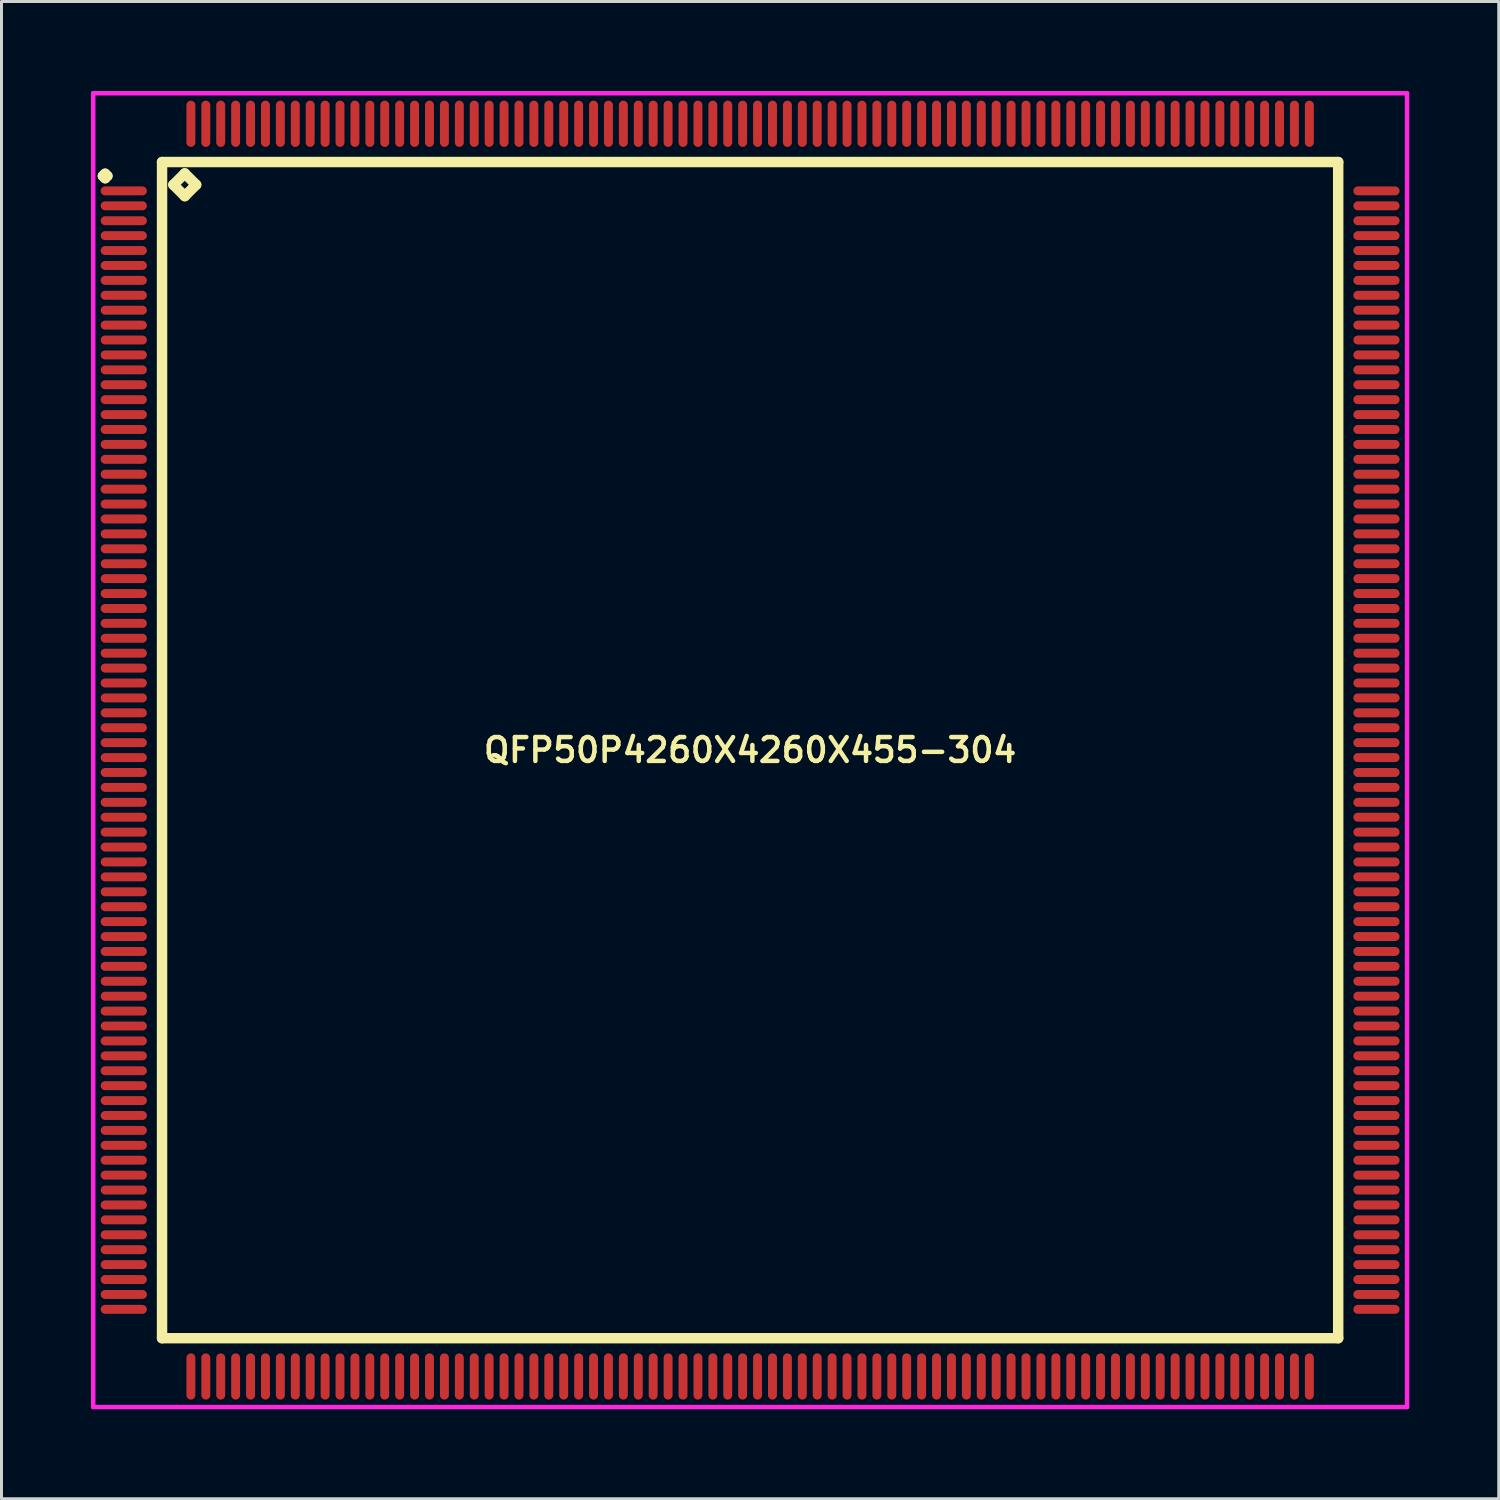
<source format=kicad_pcb>
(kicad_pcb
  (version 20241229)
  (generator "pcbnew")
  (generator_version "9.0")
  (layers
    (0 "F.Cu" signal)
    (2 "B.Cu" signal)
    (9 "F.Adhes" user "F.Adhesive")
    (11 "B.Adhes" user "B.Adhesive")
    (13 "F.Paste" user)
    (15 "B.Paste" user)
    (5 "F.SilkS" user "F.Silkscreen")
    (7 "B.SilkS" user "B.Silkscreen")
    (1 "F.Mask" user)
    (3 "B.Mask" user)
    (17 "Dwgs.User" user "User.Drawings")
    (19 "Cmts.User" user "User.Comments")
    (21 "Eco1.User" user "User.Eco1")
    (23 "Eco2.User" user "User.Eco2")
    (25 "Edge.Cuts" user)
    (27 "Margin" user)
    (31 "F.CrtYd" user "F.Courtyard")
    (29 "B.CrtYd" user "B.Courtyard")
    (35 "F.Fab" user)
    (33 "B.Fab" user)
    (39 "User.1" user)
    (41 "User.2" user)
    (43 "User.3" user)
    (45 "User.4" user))
  (footprint "QFP50P4260X4260X455-304"
    (layer "F.Cu")
    (at 22.1 22.1)
    (property "Reference" "QFP50P4260X4260X455-304" (at 0 0 0) (layer "F.SilkS") (effects (font (size 0.8 0.8) (thickness 0.15))))
    (attr smd)
    (fp_line (start -21.7 -19.25) (end -21.625 -19.325) (stroke (width 0.35) (type solid)) (layer "F.SilkS"))
    (fp_line (start -21.625 -19.325) (end -21.55 -19.25) (stroke (width 0.35) (type solid)) (layer "F.SilkS"))
    (fp_line (start -21.625 -19.175) (end -21.7 -19.25) (stroke (width 0.35) (type solid)) (layer "F.SilkS"))
    (fp_line (start -21.55 -19.25) (end -21.625 -19.175) (stroke (width 0.35) (type solid)) (layer "F.SilkS"))
    (fp_line (start -19.717 -19.717) (end -19.717 19.717) (stroke (width 0.35) (type solid)) (layer "F.SilkS"))
    (fp_line (start -19.717 19.717) (end 19.717 19.717) (stroke (width 0.35) (type solid)) (layer "F.SilkS"))
    (fp_line (start -19.336 -18.955) (end -18.955 -19.336) (stroke (width 0.35) (type solid)) (layer "F.SilkS"))
    (fp_line (start -18.955 -19.336) (end -18.574 -18.955) (stroke (width 0.35) (type solid)) (layer "F.SilkS"))
    (fp_line (start -18.955 -18.574) (end -19.336 -18.955) (stroke (width 0.35) (type solid)) (layer "F.SilkS"))
    (fp_line (start -18.574 -18.955) (end -18.955 -18.574) (stroke (width 0.35) (type solid)) (layer "F.SilkS"))
    (fp_line (start 19.717 -19.717) (end -19.717 -19.717) (stroke (width 0.35) (type solid)) (layer "F.SilkS"))
    (fp_line (start 19.717 19.717) (end 19.717 -19.717) (stroke (width 0.35) (type solid)) (layer "F.SilkS"))
    (fp_line (start -22.025 -22.025) (end 22.025 -22.025) (stroke (width 0.15) (type solid)) (layer "F.CrtYd"))
    (fp_line (start -22.025 22.025) (end -22.025 -22.025) (stroke (width 0.15) (type solid)) (layer "F.CrtYd"))
    (fp_line (start 22.025 -22.025) (end 22.025 22.025) (stroke (width 0.15) (type solid)) (layer "F.CrtYd"))
    (fp_line (start 22.025 22.025) (end -22.025 22.025) (stroke (width 0.15) (type solid)) (layer "F.CrtYd"))
    (pad "1" smd oval (at -21 -18.75) (size 1.55 0.3) (layers "F.Cu" "F.Mask" "F.Paste"))
    (pad "2" smd oval (at -21 -18.25) (size 1.55 0.3) (layers "F.Cu" "F.Mask" "F.Paste"))
    (pad "3" smd oval (at -21 -17.75) (size 1.55 0.3) (layers "F.Cu" "F.Mask" "F.Paste"))
    (pad "4" smd oval (at -21 -17.25) (size 1.55 0.3) (layers "F.Cu" "F.Mask" "F.Paste"))
    (pad "5" smd oval (at -21 -16.75) (size 1.55 0.3) (layers "F.Cu" "F.Mask" "F.Paste"))
    (pad "6" smd oval (at -21 -16.25) (size 1.55 0.3) (layers "F.Cu" "F.Mask" "F.Paste"))
    (pad "7" smd oval (at -21 -15.75) (size 1.55 0.3) (layers "F.Cu" "F.Mask" "F.Paste"))
    (pad "8" smd oval (at -21 -15.25) (size 1.55 0.3) (layers "F.Cu" "F.Mask" "F.Paste"))
    (pad "9" smd oval (at -21 -14.75) (size 1.55 0.3) (layers "F.Cu" "F.Mask" "F.Paste"))
    (pad "10" smd oval (at -21 -14.25) (size 1.55 0.3) (layers "F.Cu" "F.Mask" "F.Paste"))
    (pad "11" smd oval (at -21 -13.75) (size 1.55 0.3) (layers "F.Cu" "F.Mask" "F.Paste"))
    (pad "12" smd oval (at -21 -13.25) (size 1.55 0.3) (layers "F.Cu" "F.Mask" "F.Paste"))
    (pad "13" smd oval (at -21 -12.75) (size 1.55 0.3) (layers "F.Cu" "F.Mask" "F.Paste"))
    (pad "14" smd oval (at -21 -12.25) (size 1.55 0.3) (layers "F.Cu" "F.Mask" "F.Paste"))
    (pad "15" smd oval (at -21 -11.75) (size 1.55 0.3) (layers "F.Cu" "F.Mask" "F.Paste"))
    (pad "16" smd oval (at -21 -11.25) (size 1.55 0.3) (layers "F.Cu" "F.Mask" "F.Paste"))
    (pad "17" smd oval (at -21 -10.75) (size 1.55 0.3) (layers "F.Cu" "F.Mask" "F.Paste"))
    (pad "18" smd oval (at -21 -10.25) (size 1.55 0.3) (layers "F.Cu" "F.Mask" "F.Paste"))
    (pad "19" smd oval (at -21 -9.75) (size 1.55 0.3) (layers "F.Cu" "F.Mask" "F.Paste"))
    (pad "20" smd oval (at -21 -9.25) (size 1.55 0.3) (layers "F.Cu" "F.Mask" "F.Paste"))
    (pad "21" smd oval (at -21 -8.75) (size 1.55 0.3) (layers "F.Cu" "F.Mask" "F.Paste"))
    (pad "22" smd oval (at -21 -8.25) (size 1.55 0.3) (layers "F.Cu" "F.Mask" "F.Paste"))
    (pad "23" smd oval (at -21 -7.75) (size 1.55 0.3) (layers "F.Cu" "F.Mask" "F.Paste"))
    (pad "24" smd oval (at -21 -7.25) (size 1.55 0.3) (layers "F.Cu" "F.Mask" "F.Paste"))
    (pad "25" smd oval (at -21 -6.75) (size 1.55 0.3) (layers "F.Cu" "F.Mask" "F.Paste"))
    (pad "26" smd oval (at -21 -6.25) (size 1.55 0.3) (layers "F.Cu" "F.Mask" "F.Paste"))
    (pad "27" smd oval (at -21 -5.75) (size 1.55 0.3) (layers "F.Cu" "F.Mask" "F.Paste"))
    (pad "28" smd oval (at -21 -5.25) (size 1.55 0.3) (layers "F.Cu" "F.Mask" "F.Paste"))
    (pad "29" smd oval (at -21 -4.75) (size 1.55 0.3) (layers "F.Cu" "F.Mask" "F.Paste"))
    (pad "30" smd oval (at -21 -4.25) (size 1.55 0.3) (layers "F.Cu" "F.Mask" "F.Paste"))
    (pad "31" smd oval (at -21 -3.75) (size 1.55 0.3) (layers "F.Cu" "F.Mask" "F.Paste"))
    (pad "32" smd oval (at -21 -3.25) (size 1.55 0.3) (layers "F.Cu" "F.Mask" "F.Paste"))
    (pad "33" smd oval (at -21 -2.75) (size 1.55 0.3) (layers "F.Cu" "F.Mask" "F.Paste"))
    (pad "34" smd oval (at -21 -2.25) (size 1.55 0.3) (layers "F.Cu" "F.Mask" "F.Paste"))
    (pad "35" smd oval (at -21 -1.75) (size 1.55 0.3) (layers "F.Cu" "F.Mask" "F.Paste"))
    (pad "36" smd oval (at -21 -1.25) (size 1.55 0.3) (layers "F.Cu" "F.Mask" "F.Paste"))
    (pad "37" smd oval (at -21 -0.75) (size 1.55 0.3) (layers "F.Cu" "F.Mask" "F.Paste"))
    (pad "38" smd oval (at -21 -0.25) (size 1.55 0.3) (layers "F.Cu" "F.Mask" "F.Paste"))
    (pad "39" smd oval (at -21 0.25) (size 1.55 0.3) (layers "F.Cu" "F.Mask" "F.Paste"))
    (pad "40" smd oval (at -21 0.75) (size 1.55 0.3) (layers "F.Cu" "F.Mask" "F.Paste"))
    (pad "41" smd oval (at -21 1.25) (size 1.55 0.3) (layers "F.Cu" "F.Mask" "F.Paste"))
    (pad "42" smd oval (at -21 1.75) (size 1.55 0.3) (layers "F.Cu" "F.Mask" "F.Paste"))
    (pad "43" smd oval (at -21 2.25) (size 1.55 0.3) (layers "F.Cu" "F.Mask" "F.Paste"))
    (pad "44" smd oval (at -21 2.75) (size 1.55 0.3) (layers "F.Cu" "F.Mask" "F.Paste"))
    (pad "45" smd oval (at -21 3.25) (size 1.55 0.3) (layers "F.Cu" "F.Mask" "F.Paste"))
    (pad "46" smd oval (at -21 3.75) (size 1.55 0.3) (layers "F.Cu" "F.Mask" "F.Paste"))
    (pad "47" smd oval (at -21 4.25) (size 1.55 0.3) (layers "F.Cu" "F.Mask" "F.Paste"))
    (pad "48" smd oval (at -21 4.75) (size 1.55 0.3) (layers "F.Cu" "F.Mask" "F.Paste"))
    (pad "49" smd oval (at -21 5.25) (size 1.55 0.3) (layers "F.Cu" "F.Mask" "F.Paste"))
    (pad "50" smd oval (at -21 5.75) (size 1.55 0.3) (layers "F.Cu" "F.Mask" "F.Paste"))
    (pad "51" smd oval (at -21 6.25) (size 1.55 0.3) (layers "F.Cu" "F.Mask" "F.Paste"))
    (pad "52" smd oval (at -21 6.75) (size 1.55 0.3) (layers "F.Cu" "F.Mask" "F.Paste"))
    (pad "53" smd oval (at -21 7.25) (size 1.55 0.3) (layers "F.Cu" "F.Mask" "F.Paste"))
    (pad "54" smd oval (at -21 7.75) (size 1.55 0.3) (layers "F.Cu" "F.Mask" "F.Paste"))
    (pad "55" smd oval (at -21 8.25) (size 1.55 0.3) (layers "F.Cu" "F.Mask" "F.Paste"))
    (pad "56" smd oval (at -21 8.75) (size 1.55 0.3) (layers "F.Cu" "F.Mask" "F.Paste"))
    (pad "57" smd oval (at -21 9.25) (size 1.55 0.3) (layers "F.Cu" "F.Mask" "F.Paste"))
    (pad "58" smd oval (at -21 9.75) (size 1.55 0.3) (layers "F.Cu" "F.Mask" "F.Paste"))
    (pad "59" smd oval (at -21 10.25) (size 1.55 0.3) (layers "F.Cu" "F.Mask" "F.Paste"))
    (pad "60" smd oval (at -21 10.75) (size 1.55 0.3) (layers "F.Cu" "F.Mask" "F.Paste"))
    (pad "61" smd oval (at -21 11.25) (size 1.55 0.3) (layers "F.Cu" "F.Mask" "F.Paste"))
    (pad "62" smd oval (at -21 11.75) (size 1.55 0.3) (layers "F.Cu" "F.Mask" "F.Paste"))
    (pad "63" smd oval (at -21 12.25) (size 1.55 0.3) (layers "F.Cu" "F.Mask" "F.Paste"))
    (pad "64" smd oval (at -21 12.75) (size 1.55 0.3) (layers "F.Cu" "F.Mask" "F.Paste"))
    (pad "65" smd oval (at -21 13.25) (size 1.55 0.3) (layers "F.Cu" "F.Mask" "F.Paste"))
    (pad "66" smd oval (at -21 13.75) (size 1.55 0.3) (layers "F.Cu" "F.Mask" "F.Paste"))
    (pad "67" smd oval (at -21 14.25) (size 1.55 0.3) (layers "F.Cu" "F.Mask" "F.Paste"))
    (pad "68" smd oval (at -21 14.75) (size 1.55 0.3) (layers "F.Cu" "F.Mask" "F.Paste"))
    (pad "69" smd oval (at -21 15.25) (size 1.55 0.3) (layers "F.Cu" "F.Mask" "F.Paste"))
    (pad "70" smd oval (at -21 15.75) (size 1.55 0.3) (layers "F.Cu" "F.Mask" "F.Paste"))
    (pad "71" smd oval (at -21 16.25) (size 1.55 0.3) (layers "F.Cu" "F.Mask" "F.Paste"))
    (pad "72" smd oval (at -21 16.75) (size 1.55 0.3) (layers "F.Cu" "F.Mask" "F.Paste"))
    (pad "73" smd oval (at -21 17.25) (size 1.55 0.3) (layers "F.Cu" "F.Mask" "F.Paste"))
    (pad "74" smd oval (at -21 17.75) (size 1.55 0.3) (layers "F.Cu" "F.Mask" "F.Paste"))
    (pad "75" smd oval (at -21 18.25) (size 1.55 0.3) (layers "F.Cu" "F.Mask" "F.Paste"))
    (pad "76" smd oval (at -21 18.75) (size 1.55 0.3) (layers "F.Cu" "F.Mask" "F.Paste"))
    (pad "77" smd oval (at -18.75 21) (size 0.3 1.55) (layers "F.Cu" "F.Mask" "F.Paste"))
    (pad "78" smd oval (at -18.25 21) (size 0.3 1.55) (layers "F.Cu" "F.Mask" "F.Paste"))
    (pad "79" smd oval (at -17.75 21) (size 0.3 1.55) (layers "F.Cu" "F.Mask" "F.Paste"))
    (pad "80" smd oval (at -17.25 21) (size 0.3 1.55) (layers "F.Cu" "F.Mask" "F.Paste"))
    (pad "81" smd oval (at -16.75 21) (size 0.3 1.55) (layers "F.Cu" "F.Mask" "F.Paste"))
    (pad "82" smd oval (at -16.25 21) (size 0.3 1.55) (layers "F.Cu" "F.Mask" "F.Paste"))
    (pad "83" smd oval (at -15.75 21) (size 0.3 1.55) (layers "F.Cu" "F.Mask" "F.Paste"))
    (pad "84" smd oval (at -15.25 21) (size 0.3 1.55) (layers "F.Cu" "F.Mask" "F.Paste"))
    (pad "85" smd oval (at -14.75 21) (size 0.3 1.55) (layers "F.Cu" "F.Mask" "F.Paste"))
    (pad "86" smd oval (at -14.25 21) (size 0.3 1.55) (layers "F.Cu" "F.Mask" "F.Paste"))
    (pad "87" smd oval (at -13.75 21) (size 0.3 1.55) (layers "F.Cu" "F.Mask" "F.Paste"))
    (pad "88" smd oval (at -13.25 21) (size 0.3 1.55) (layers "F.Cu" "F.Mask" "F.Paste"))
    (pad "89" smd oval (at -12.75 21) (size 0.3 1.55) (layers "F.Cu" "F.Mask" "F.Paste"))
    (pad "90" smd oval (at -12.25 21) (size 0.3 1.55) (layers "F.Cu" "F.Mask" "F.Paste"))
    (pad "91" smd oval (at -11.75 21) (size 0.3 1.55) (layers "F.Cu" "F.Mask" "F.Paste"))
    (pad "92" smd oval (at -11.25 21) (size 0.3 1.55) (layers "F.Cu" "F.Mask" "F.Paste"))
    (pad "93" smd oval (at -10.75 21) (size 0.3 1.55) (layers "F.Cu" "F.Mask" "F.Paste"))
    (pad "94" smd oval (at -10.25 21) (size 0.3 1.55) (layers "F.Cu" "F.Mask" "F.Paste"))
    (pad "95" smd oval (at -9.75 21) (size 0.3 1.55) (layers "F.Cu" "F.Mask" "F.Paste"))
    (pad "96" smd oval (at -9.25 21) (size 0.3 1.55) (layers "F.Cu" "F.Mask" "F.Paste"))
    (pad "97" smd oval (at -8.75 21) (size 0.3 1.55) (layers "F.Cu" "F.Mask" "F.Paste"))
    (pad "98" smd oval (at -8.25 21) (size 0.3 1.55) (layers "F.Cu" "F.Mask" "F.Paste"))
    (pad "99" smd oval (at -7.75 21) (size 0.3 1.55) (layers "F.Cu" "F.Mask" "F.Paste"))
    (pad "100" smd oval (at -7.25 21) (size 0.3 1.55) (layers "F.Cu" "F.Mask" "F.Paste"))
    (pad "101" smd oval (at -6.75 21) (size 0.3 1.55) (layers "F.Cu" "F.Mask" "F.Paste"))
    (pad "102" smd oval (at -6.25 21) (size 0.3 1.55) (layers "F.Cu" "F.Mask" "F.Paste"))
    (pad "103" smd oval (at -5.75 21) (size 0.3 1.55) (layers "F.Cu" "F.Mask" "F.Paste"))
    (pad "104" smd oval (at -5.25 21) (size 0.3 1.55) (layers "F.Cu" "F.Mask" "F.Paste"))
    (pad "105" smd oval (at -4.75 21) (size 0.3 1.55) (layers "F.Cu" "F.Mask" "F.Paste"))
    (pad "106" smd oval (at -4.25 21) (size 0.3 1.55) (layers "F.Cu" "F.Mask" "F.Paste"))
    (pad "107" smd oval (at -3.75 21) (size 0.3 1.55) (layers "F.Cu" "F.Mask" "F.Paste"))
    (pad "108" smd oval (at -3.25 21) (size 0.3 1.55) (layers "F.Cu" "F.Mask" "F.Paste"))
    (pad "109" smd oval (at -2.75 21) (size 0.3 1.55) (layers "F.Cu" "F.Mask" "F.Paste"))
    (pad "110" smd oval (at -2.25 21) (size 0.3 1.55) (layers "F.Cu" "F.Mask" "F.Paste"))
    (pad "111" smd oval (at -1.75 21) (size 0.3 1.55) (layers "F.Cu" "F.Mask" "F.Paste"))
    (pad "112" smd oval (at -1.25 21) (size 0.3 1.55) (layers "F.Cu" "F.Mask" "F.Paste"))
    (pad "113" smd oval (at -0.75 21) (size 0.3 1.55) (layers "F.Cu" "F.Mask" "F.Paste"))
    (pad "114" smd oval (at -0.25 21) (size 0.3 1.55) (layers "F.Cu" "F.Mask" "F.Paste"))
    (pad "115" smd oval (at 0.25 21) (size 0.3 1.55) (layers "F.Cu" "F.Mask" "F.Paste"))
    (pad "116" smd oval (at 0.75 21) (size 0.3 1.55) (layers "F.Cu" "F.Mask" "F.Paste"))
    (pad "117" smd oval (at 1.25 21) (size 0.3 1.55) (layers "F.Cu" "F.Mask" "F.Paste"))
    (pad "118" smd oval (at 1.75 21) (size 0.3 1.55) (layers "F.Cu" "F.Mask" "F.Paste"))
    (pad "119" smd oval (at 2.25 21) (size 0.3 1.55) (layers "F.Cu" "F.Mask" "F.Paste"))
    (pad "120" smd oval (at 2.75 21) (size 0.3 1.55) (layers "F.Cu" "F.Mask" "F.Paste"))
    (pad "121" smd oval (at 3.25 21) (size 0.3 1.55) (layers "F.Cu" "F.Mask" "F.Paste"))
    (pad "122" smd oval (at 3.75 21) (size 0.3 1.55) (layers "F.Cu" "F.Mask" "F.Paste"))
    (pad "123" smd oval (at 4.25 21) (size 0.3 1.55) (layers "F.Cu" "F.Mask" "F.Paste"))
    (pad "124" smd oval (at 4.75 21) (size 0.3 1.55) (layers "F.Cu" "F.Mask" "F.Paste"))
    (pad "125" smd oval (at 5.25 21) (size 0.3 1.55) (layers "F.Cu" "F.Mask" "F.Paste"))
    (pad "126" smd oval (at 5.75 21) (size 0.3 1.55) (layers "F.Cu" "F.Mask" "F.Paste"))
    (pad "127" smd oval (at 6.25 21) (size 0.3 1.55) (layers "F.Cu" "F.Mask" "F.Paste"))
    (pad "128" smd oval (at 6.75 21) (size 0.3 1.55) (layers "F.Cu" "F.Mask" "F.Paste"))
    (pad "129" smd oval (at 7.25 21) (size 0.3 1.55) (layers "F.Cu" "F.Mask" "F.Paste"))
    (pad "130" smd oval (at 7.75 21) (size 0.3 1.55) (layers "F.Cu" "F.Mask" "F.Paste"))
    (pad "131" smd oval (at 8.25 21) (size 0.3 1.55) (layers "F.Cu" "F.Mask" "F.Paste"))
    (pad "132" smd oval (at 8.75 21) (size 0.3 1.55) (layers "F.Cu" "F.Mask" "F.Paste"))
    (pad "133" smd oval (at 9.25 21) (size 0.3 1.55) (layers "F.Cu" "F.Mask" "F.Paste"))
    (pad "134" smd oval (at 9.75 21) (size 0.3 1.55) (layers "F.Cu" "F.Mask" "F.Paste"))
    (pad "135" smd oval (at 10.25 21) (size 0.3 1.55) (layers "F.Cu" "F.Mask" "F.Paste"))
    (pad "136" smd oval (at 10.75 21) (size 0.3 1.55) (layers "F.Cu" "F.Mask" "F.Paste"))
    (pad "137" smd oval (at 11.25 21) (size 0.3 1.55) (layers "F.Cu" "F.Mask" "F.Paste"))
    (pad "138" smd oval (at 11.75 21) (size 0.3 1.55) (layers "F.Cu" "F.Mask" "F.Paste"))
    (pad "139" smd oval (at 12.25 21) (size 0.3 1.55) (layers "F.Cu" "F.Mask" "F.Paste"))
    (pad "140" smd oval (at 12.75 21) (size 0.3 1.55) (layers "F.Cu" "F.Mask" "F.Paste"))
    (pad "141" smd oval (at 13.25 21) (size 0.3 1.55) (layers "F.Cu" "F.Mask" "F.Paste"))
    (pad "142" smd oval (at 13.75 21) (size 0.3 1.55) (layers "F.Cu" "F.Mask" "F.Paste"))
    (pad "143" smd oval (at 14.25 21) (size 0.3 1.55) (layers "F.Cu" "F.Mask" "F.Paste"))
    (pad "144" smd oval (at 14.75 21) (size 0.3 1.55) (layers "F.Cu" "F.Mask" "F.Paste"))
    (pad "145" smd oval (at 15.25 21) (size 0.3 1.55) (layers "F.Cu" "F.Mask" "F.Paste"))
    (pad "146" smd oval (at 15.75 21) (size 0.3 1.55) (layers "F.Cu" "F.Mask" "F.Paste"))
    (pad "147" smd oval (at 16.25 21) (size 0.3 1.55) (layers "F.Cu" "F.Mask" "F.Paste"))
    (pad "148" smd oval (at 16.75 21) (size 0.3 1.55) (layers "F.Cu" "F.Mask" "F.Paste"))
    (pad "149" smd oval (at 17.25 21) (size 0.3 1.55) (layers "F.Cu" "F.Mask" "F.Paste"))
    (pad "150" smd oval (at 17.75 21) (size 0.3 1.55) (layers "F.Cu" "F.Mask" "F.Paste"))
    (pad "151" smd oval (at 18.25 21) (size 0.3 1.55) (layers "F.Cu" "F.Mask" "F.Paste"))
    (pad "152" smd oval (at 18.75 21) (size 0.3 1.55) (layers "F.Cu" "F.Mask" "F.Paste"))
    (pad "153" smd oval (at 21 18.75) (size 1.55 0.3) (layers "F.Cu" "F.Mask" "F.Paste"))
    (pad "154" smd oval (at 21 18.25) (size 1.55 0.3) (layers "F.Cu" "F.Mask" "F.Paste"))
    (pad "155" smd oval (at 21 17.75) (size 1.55 0.3) (layers "F.Cu" "F.Mask" "F.Paste"))
    (pad "156" smd oval (at 21 17.25) (size 1.55 0.3) (layers "F.Cu" "F.Mask" "F.Paste"))
    (pad "157" smd oval (at 21 16.75) (size 1.55 0.3) (layers "F.Cu" "F.Mask" "F.Paste"))
    (pad "158" smd oval (at 21 16.25) (size 1.55 0.3) (layers "F.Cu" "F.Mask" "F.Paste"))
    (pad "159" smd oval (at 21 15.75) (size 1.55 0.3) (layers "F.Cu" "F.Mask" "F.Paste"))
    (pad "160" smd oval (at 21 15.25) (size 1.55 0.3) (layers "F.Cu" "F.Mask" "F.Paste"))
    (pad "161" smd oval (at 21 14.75) (size 1.55 0.3) (layers "F.Cu" "F.Mask" "F.Paste"))
    (pad "162" smd oval (at 21 14.25) (size 1.55 0.3) (layers "F.Cu" "F.Mask" "F.Paste"))
    (pad "163" smd oval (at 21 13.75) (size 1.55 0.3) (layers "F.Cu" "F.Mask" "F.Paste"))
    (pad "164" smd oval (at 21 13.25) (size 1.55 0.3) (layers "F.Cu" "F.Mask" "F.Paste"))
    (pad "165" smd oval (at 21 12.75) (size 1.55 0.3) (layers "F.Cu" "F.Mask" "F.Paste"))
    (pad "166" smd oval (at 21 12.25) (size 1.55 0.3) (layers "F.Cu" "F.Mask" "F.Paste"))
    (pad "167" smd oval (at 21 11.75) (size 1.55 0.3) (layers "F.Cu" "F.Mask" "F.Paste"))
    (pad "168" smd oval (at 21 11.25) (size 1.55 0.3) (layers "F.Cu" "F.Mask" "F.Paste"))
    (pad "169" smd oval (at 21 10.75) (size 1.55 0.3) (layers "F.Cu" "F.Mask" "F.Paste"))
    (pad "170" smd oval (at 21 10.25) (size 1.55 0.3) (layers "F.Cu" "F.Mask" "F.Paste"))
    (pad "171" smd oval (at 21 9.75) (size 1.55 0.3) (layers "F.Cu" "F.Mask" "F.Paste"))
    (pad "172" smd oval (at 21 9.25) (size 1.55 0.3) (layers "F.Cu" "F.Mask" "F.Paste"))
    (pad "173" smd oval (at 21 8.75) (size 1.55 0.3) (layers "F.Cu" "F.Mask" "F.Paste"))
    (pad "174" smd oval (at 21 8.25) (size 1.55 0.3) (layers "F.Cu" "F.Mask" "F.Paste"))
    (pad "175" smd oval (at 21 7.75) (size 1.55 0.3) (layers "F.Cu" "F.Mask" "F.Paste"))
    (pad "176" smd oval (at 21 7.25) (size 1.55 0.3) (layers "F.Cu" "F.Mask" "F.Paste"))
    (pad "177" smd oval (at 21 6.75) (size 1.55 0.3) (layers "F.Cu" "F.Mask" "F.Paste"))
    (pad "178" smd oval (at 21 6.25) (size 1.55 0.3) (layers "F.Cu" "F.Mask" "F.Paste"))
    (pad "179" smd oval (at 21 5.75) (size 1.55 0.3) (layers "F.Cu" "F.Mask" "F.Paste"))
    (pad "180" smd oval (at 21 5.25) (size 1.55 0.3) (layers "F.Cu" "F.Mask" "F.Paste"))
    (pad "181" smd oval (at 21 4.75) (size 1.55 0.3) (layers "F.Cu" "F.Mask" "F.Paste"))
    (pad "182" smd oval (at 21 4.25) (size 1.55 0.3) (layers "F.Cu" "F.Mask" "F.Paste"))
    (pad "183" smd oval (at 21 3.75) (size 1.55 0.3) (layers "F.Cu" "F.Mask" "F.Paste"))
    (pad "184" smd oval (at 21 3.25) (size 1.55 0.3) (layers "F.Cu" "F.Mask" "F.Paste"))
    (pad "185" smd oval (at 21 2.75) (size 1.55 0.3) (layers "F.Cu" "F.Mask" "F.Paste"))
    (pad "186" smd oval (at 21 2.25) (size 1.55 0.3) (layers "F.Cu" "F.Mask" "F.Paste"))
    (pad "187" smd oval (at 21 1.75) (size 1.55 0.3) (layers "F.Cu" "F.Mask" "F.Paste"))
    (pad "188" smd oval (at 21 1.25) (size 1.55 0.3) (layers "F.Cu" "F.Mask" "F.Paste"))
    (pad "189" smd oval (at 21 0.75) (size 1.55 0.3) (layers "F.Cu" "F.Mask" "F.Paste"))
    (pad "190" smd oval (at 21 0.25) (size 1.55 0.3) (layers "F.Cu" "F.Mask" "F.Paste"))
    (pad "191" smd oval (at 21 -0.25) (size 1.55 0.3) (layers "F.Cu" "F.Mask" "F.Paste"))
    (pad "192" smd oval (at 21 -0.75) (size 1.55 0.3) (layers "F.Cu" "F.Mask" "F.Paste"))
    (pad "193" smd oval (at 21 -1.25) (size 1.55 0.3) (layers "F.Cu" "F.Mask" "F.Paste"))
    (pad "194" smd oval (at 21 -1.75) (size 1.55 0.3) (layers "F.Cu" "F.Mask" "F.Paste"))
    (pad "195" smd oval (at 21 -2.25) (size 1.55 0.3) (layers "F.Cu" "F.Mask" "F.Paste"))
    (pad "196" smd oval (at 21 -2.75) (size 1.55 0.3) (layers "F.Cu" "F.Mask" "F.Paste"))
    (pad "197" smd oval (at 21 -3.25) (size 1.55 0.3) (layers "F.Cu" "F.Mask" "F.Paste"))
    (pad "198" smd oval (at 21 -3.75) (size 1.55 0.3) (layers "F.Cu" "F.Mask" "F.Paste"))
    (pad "199" smd oval (at 21 -4.25) (size 1.55 0.3) (layers "F.Cu" "F.Mask" "F.Paste"))
    (pad "200" smd oval (at 21 -4.75) (size 1.55 0.3) (layers "F.Cu" "F.Mask" "F.Paste"))
    (pad "201" smd oval (at 21 -5.25) (size 1.55 0.3) (layers "F.Cu" "F.Mask" "F.Paste"))
    (pad "202" smd oval (at 21 -5.75) (size 1.55 0.3) (layers "F.Cu" "F.Mask" "F.Paste"))
    (pad "203" smd oval (at 21 -6.25) (size 1.55 0.3) (layers "F.Cu" "F.Mask" "F.Paste"))
    (pad "204" smd oval (at 21 -6.75) (size 1.55 0.3) (layers "F.Cu" "F.Mask" "F.Paste"))
    (pad "205" smd oval (at 21 -7.25) (size 1.55 0.3) (layers "F.Cu" "F.Mask" "F.Paste"))
    (pad "206" smd oval (at 21 -7.75) (size 1.55 0.3) (layers "F.Cu" "F.Mask" "F.Paste"))
    (pad "207" smd oval (at 21 -8.25) (size 1.55 0.3) (layers "F.Cu" "F.Mask" "F.Paste"))
    (pad "208" smd oval (at 21 -8.75) (size 1.55 0.3) (layers "F.Cu" "F.Mask" "F.Paste"))
    (pad "209" smd oval (at 21 -9.25) (size 1.55 0.3) (layers "F.Cu" "F.Mask" "F.Paste"))
    (pad "210" smd oval (at 21 -9.75) (size 1.55 0.3) (layers "F.Cu" "F.Mask" "F.Paste"))
    (pad "211" smd oval (at 21 -10.25) (size 1.55 0.3) (layers "F.Cu" "F.Mask" "F.Paste"))
    (pad "212" smd oval (at 21 -10.75) (size 1.55 0.3) (layers "F.Cu" "F.Mask" "F.Paste"))
    (pad "213" smd oval (at 21 -11.25) (size 1.55 0.3) (layers "F.Cu" "F.Mask" "F.Paste"))
    (pad "214" smd oval (at 21 -11.75) (size 1.55 0.3) (layers "F.Cu" "F.Mask" "F.Paste"))
    (pad "215" smd oval (at 21 -12.25) (size 1.55 0.3) (layers "F.Cu" "F.Mask" "F.Paste"))
    (pad "216" smd oval (at 21 -12.75) (size 1.55 0.3) (layers "F.Cu" "F.Mask" "F.Paste"))
    (pad "217" smd oval (at 21 -13.25) (size 1.55 0.3) (layers "F.Cu" "F.Mask" "F.Paste"))
    (pad "218" smd oval (at 21 -13.75) (size 1.55 0.3) (layers "F.Cu" "F.Mask" "F.Paste"))
    (pad "219" smd oval (at 21 -14.25) (size 1.55 0.3) (layers "F.Cu" "F.Mask" "F.Paste"))
    (pad "220" smd oval (at 21 -14.75) (size 1.55 0.3) (layers "F.Cu" "F.Mask" "F.Paste"))
    (pad "221" smd oval (at 21 -15.25) (size 1.55 0.3) (layers "F.Cu" "F.Mask" "F.Paste"))
    (pad "222" smd oval (at 21 -15.75) (size 1.55 0.3) (layers "F.Cu" "F.Mask" "F.Paste"))
    (pad "223" smd oval (at 21 -16.25) (size 1.55 0.3) (layers "F.Cu" "F.Mask" "F.Paste"))
    (pad "224" smd oval (at 21 -16.75) (size 1.55 0.3) (layers "F.Cu" "F.Mask" "F.Paste"))
    (pad "225" smd oval (at 21 -17.25) (size 1.55 0.3) (layers "F.Cu" "F.Mask" "F.Paste"))
    (pad "226" smd oval (at 21 -17.75) (size 1.55 0.3) (layers "F.Cu" "F.Mask" "F.Paste"))
    (pad "227" smd oval (at 21 -18.25) (size 1.55 0.3) (layers "F.Cu" "F.Mask" "F.Paste"))
    (pad "228" smd oval (at 21 -18.75) (size 1.55 0.3) (layers "F.Cu" "F.Mask" "F.Paste"))
    (pad "229" smd oval (at 18.75 -21) (size 0.3 1.55) (layers "F.Cu" "F.Mask" "F.Paste"))
    (pad "230" smd oval (at 18.25 -21) (size 0.3 1.55) (layers "F.Cu" "F.Mask" "F.Paste"))
    (pad "231" smd oval (at 17.75 -21) (size 0.3 1.55) (layers "F.Cu" "F.Mask" "F.Paste"))
    (pad "232" smd oval (at 17.25 -21) (size 0.3 1.55) (layers "F.Cu" "F.Mask" "F.Paste"))
    (pad "233" smd oval (at 16.75 -21) (size 0.3 1.55) (layers "F.Cu" "F.Mask" "F.Paste"))
    (pad "234" smd oval (at 16.25 -21) (size 0.3 1.55) (layers "F.Cu" "F.Mask" "F.Paste"))
    (pad "235" smd oval (at 15.75 -21) (size 0.3 1.55) (layers "F.Cu" "F.Mask" "F.Paste"))
    (pad "236" smd oval (at 15.25 -21) (size 0.3 1.55) (layers "F.Cu" "F.Mask" "F.Paste"))
    (pad "237" smd oval (at 14.75 -21) (size 0.3 1.55) (layers "F.Cu" "F.Mask" "F.Paste"))
    (pad "238" smd oval (at 14.25 -21) (size 0.3 1.55) (layers "F.Cu" "F.Mask" "F.Paste"))
    (pad "239" smd oval (at 13.75 -21) (size 0.3 1.55) (layers "F.Cu" "F.Mask" "F.Paste"))
    (pad "240" smd oval (at 13.25 -21) (size 0.3 1.55) (layers "F.Cu" "F.Mask" "F.Paste"))
    (pad "241" smd oval (at 12.75 -21) (size 0.3 1.55) (layers "F.Cu" "F.Mask" "F.Paste"))
    (pad "242" smd oval (at 12.25 -21) (size 0.3 1.55) (layers "F.Cu" "F.Mask" "F.Paste"))
    (pad "243" smd oval (at 11.75 -21) (size 0.3 1.55) (layers "F.Cu" "F.Mask" "F.Paste"))
    (pad "244" smd oval (at 11.25 -21) (size 0.3 1.55) (layers "F.Cu" "F.Mask" "F.Paste"))
    (pad "245" smd oval (at 10.75 -21) (size 0.3 1.55) (layers "F.Cu" "F.Mask" "F.Paste"))
    (pad "246" smd oval (at 10.25 -21) (size 0.3 1.55) (layers "F.Cu" "F.Mask" "F.Paste"))
    (pad "247" smd oval (at 9.75 -21) (size 0.3 1.55) (layers "F.Cu" "F.Mask" "F.Paste"))
    (pad "248" smd oval (at 9.25 -21) (size 0.3 1.55) (layers "F.Cu" "F.Mask" "F.Paste"))
    (pad "249" smd oval (at 8.75 -21) (size 0.3 1.55) (layers "F.Cu" "F.Mask" "F.Paste"))
    (pad "250" smd oval (at 8.25 -21) (size 0.3 1.55) (layers "F.Cu" "F.Mask" "F.Paste"))
    (pad "251" smd oval (at 7.75 -21) (size 0.3 1.55) (layers "F.Cu" "F.Mask" "F.Paste"))
    (pad "252" smd oval (at 7.25 -21) (size 0.3 1.55) (layers "F.Cu" "F.Mask" "F.Paste"))
    (pad "253" smd oval (at 6.75 -21) (size 0.3 1.55) (layers "F.Cu" "F.Mask" "F.Paste"))
    (pad "254" smd oval (at 6.25 -21) (size 0.3 1.55) (layers "F.Cu" "F.Mask" "F.Paste"))
    (pad "255" smd oval (at 5.75 -21) (size 0.3 1.55) (layers "F.Cu" "F.Mask" "F.Paste"))
    (pad "256" smd oval (at 5.25 -21) (size 0.3 1.55) (layers "F.Cu" "F.Mask" "F.Paste"))
    (pad "257" smd oval (at 4.75 -21) (size 0.3 1.55) (layers "F.Cu" "F.Mask" "F.Paste"))
    (pad "258" smd oval (at 4.25 -21) (size 0.3 1.55) (layers "F.Cu" "F.Mask" "F.Paste"))
    (pad "259" smd oval (at 3.75 -21) (size 0.3 1.55) (layers "F.Cu" "F.Mask" "F.Paste"))
    (pad "260" smd oval (at 3.25 -21) (size 0.3 1.55) (layers "F.Cu" "F.Mask" "F.Paste"))
    (pad "261" smd oval (at 2.75 -21) (size 0.3 1.55) (layers "F.Cu" "F.Mask" "F.Paste"))
    (pad "262" smd oval (at 2.25 -21) (size 0.3 1.55) (layers "F.Cu" "F.Mask" "F.Paste"))
    (pad "263" smd oval (at 1.75 -21) (size 0.3 1.55) (layers "F.Cu" "F.Mask" "F.Paste"))
    (pad "264" smd oval (at 1.25 -21) (size 0.3 1.55) (layers "F.Cu" "F.Mask" "F.Paste"))
    (pad "265" smd oval (at 0.75 -21) (size 0.3 1.55) (layers "F.Cu" "F.Mask" "F.Paste"))
    (pad "266" smd oval (at 0.25 -21) (size 0.3 1.55) (layers "F.Cu" "F.Mask" "F.Paste"))
    (pad "267" smd oval (at -0.25 -21) (size 0.3 1.55) (layers "F.Cu" "F.Mask" "F.Paste"))
    (pad "268" smd oval (at -0.75 -21) (size 0.3 1.55) (layers "F.Cu" "F.Mask" "F.Paste"))
    (pad "269" smd oval (at -1.25 -21) (size 0.3 1.55) (layers "F.Cu" "F.Mask" "F.Paste"))
    (pad "270" smd oval (at -1.75 -21) (size 0.3 1.55) (layers "F.Cu" "F.Mask" "F.Paste"))
    (pad "271" smd oval (at -2.25 -21) (size 0.3 1.55) (layers "F.Cu" "F.Mask" "F.Paste"))
    (pad "272" smd oval (at -2.75 -21) (size 0.3 1.55) (layers "F.Cu" "F.Mask" "F.Paste"))
    (pad "273" smd oval (at -3.25 -21) (size 0.3 1.55) (layers "F.Cu" "F.Mask" "F.Paste"))
    (pad "274" smd oval (at -3.75 -21) (size 0.3 1.55) (layers "F.Cu" "F.Mask" "F.Paste"))
    (pad "275" smd oval (at -4.25 -21) (size 0.3 1.55) (layers "F.Cu" "F.Mask" "F.Paste"))
    (pad "276" smd oval (at -4.75 -21) (size 0.3 1.55) (layers "F.Cu" "F.Mask" "F.Paste"))
    (pad "277" smd oval (at -5.25 -21) (size 0.3 1.55) (layers "F.Cu" "F.Mask" "F.Paste"))
    (pad "278" smd oval (at -5.75 -21) (size 0.3 1.55) (layers "F.Cu" "F.Mask" "F.Paste"))
    (pad "279" smd oval (at -6.25 -21) (size 0.3 1.55) (layers "F.Cu" "F.Mask" "F.Paste"))
    (pad "280" smd oval (at -6.75 -21) (size 0.3 1.55) (layers "F.Cu" "F.Mask" "F.Paste"))
    (pad "281" smd oval (at -7.25 -21) (size 0.3 1.55) (layers "F.Cu" "F.Mask" "F.Paste"))
    (pad "282" smd oval (at -7.75 -21) (size 0.3 1.55) (layers "F.Cu" "F.Mask" "F.Paste"))
    (pad "283" smd oval (at -8.25 -21) (size 0.3 1.55) (layers "F.Cu" "F.Mask" "F.Paste"))
    (pad "284" smd oval (at -8.75 -21) (size 0.3 1.55) (layers "F.Cu" "F.Mask" "F.Paste"))
    (pad "285" smd oval (at -9.25 -21) (size 0.3 1.55) (layers "F.Cu" "F.Mask" "F.Paste"))
    (pad "286" smd oval (at -9.75 -21) (size 0.3 1.55) (layers "F.Cu" "F.Mask" "F.Paste"))
    (pad "287" smd oval (at -10.25 -21) (size 0.3 1.55) (layers "F.Cu" "F.Mask" "F.Paste"))
    (pad "288" smd oval (at -10.75 -21) (size 0.3 1.55) (layers "F.Cu" "F.Mask" "F.Paste"))
    (pad "289" smd oval (at -11.25 -21) (size 0.3 1.55) (layers "F.Cu" "F.Mask" "F.Paste"))
    (pad "290" smd oval (at -11.75 -21) (size 0.3 1.55) (layers "F.Cu" "F.Mask" "F.Paste"))
    (pad "291" smd oval (at -12.25 -21) (size 0.3 1.55) (layers "F.Cu" "F.Mask" "F.Paste"))
    (pad "292" smd oval (at -12.75 -21) (size 0.3 1.55) (layers "F.Cu" "F.Mask" "F.Paste"))
    (pad "293" smd oval (at -13.25 -21) (size 0.3 1.55) (layers "F.Cu" "F.Mask" "F.Paste"))
    (pad "294" smd oval (at -13.75 -21) (size 0.3 1.55) (layers "F.Cu" "F.Mask" "F.Paste"))
    (pad "295" smd oval (at -14.25 -21) (size 0.3 1.55) (layers "F.Cu" "F.Mask" "F.Paste"))
    (pad "296" smd oval (at -14.75 -21) (size 0.3 1.55) (layers "F.Cu" "F.Mask" "F.Paste"))
    (pad "297" smd oval (at -15.25 -21) (size 0.3 1.55) (layers "F.Cu" "F.Mask" "F.Paste"))
    (pad "298" smd oval (at -15.75 -21) (size 0.3 1.55) (layers "F.Cu" "F.Mask" "F.Paste"))
    (pad "299" smd oval (at -16.25 -21) (size 0.3 1.55) (layers "F.Cu" "F.Mask" "F.Paste"))
    (pad "300" smd oval (at -16.75 -21) (size 0.3 1.55) (layers "F.Cu" "F.Mask" "F.Paste"))
    (pad "301" smd oval (at -17.25 -21) (size 0.3 1.55) (layers "F.Cu" "F.Mask" "F.Paste"))
    (pad "302" smd oval (at -17.75 -21) (size 0.3 1.55) (layers "F.Cu" "F.Mask" "F.Paste"))
    (pad "303" smd oval (at -18.25 -21) (size 0.3 1.55) (layers "F.Cu" "F.Mask" "F.Paste"))
    (pad "304" smd oval (at -18.75 -21) (size 0.3 1.55) (layers "F.Cu" "F.Mask" "F.Paste")))
  (gr_rect
    (start -3 -3)
    (end 47.2 47.2)
    (stroke (width 0.1) (type default))
    (fill no)
    (layer "Edge.Cuts")))
</source>
